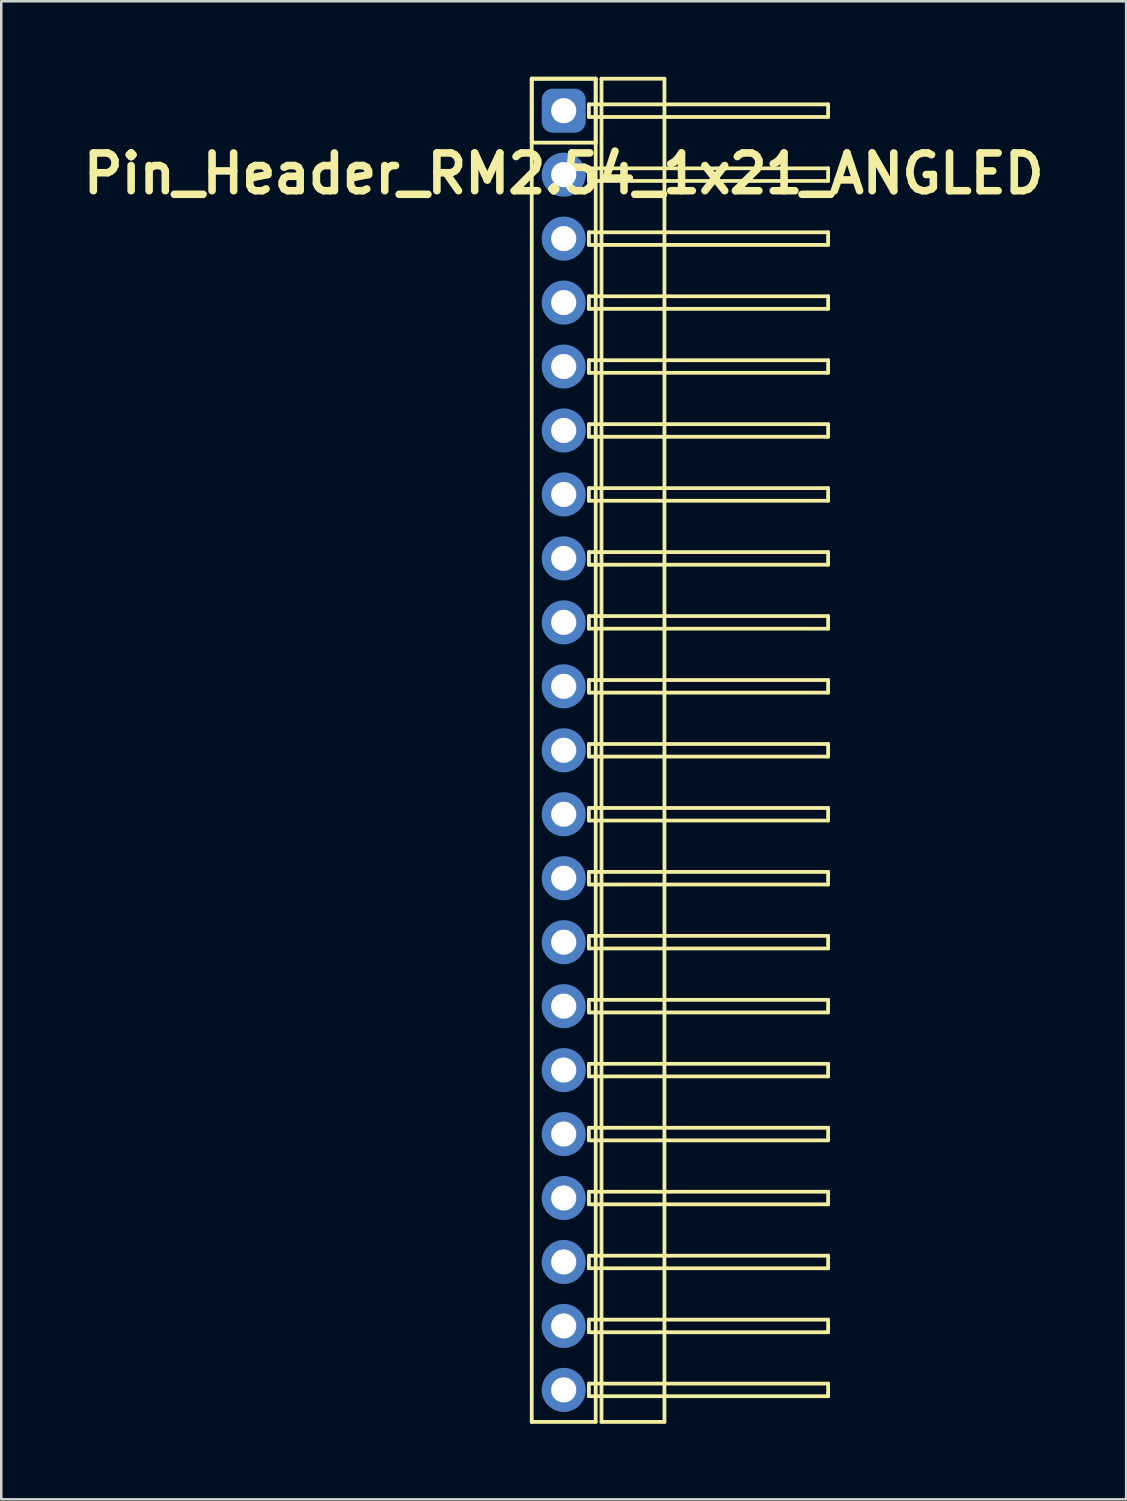
<source format=kicad_pcb>
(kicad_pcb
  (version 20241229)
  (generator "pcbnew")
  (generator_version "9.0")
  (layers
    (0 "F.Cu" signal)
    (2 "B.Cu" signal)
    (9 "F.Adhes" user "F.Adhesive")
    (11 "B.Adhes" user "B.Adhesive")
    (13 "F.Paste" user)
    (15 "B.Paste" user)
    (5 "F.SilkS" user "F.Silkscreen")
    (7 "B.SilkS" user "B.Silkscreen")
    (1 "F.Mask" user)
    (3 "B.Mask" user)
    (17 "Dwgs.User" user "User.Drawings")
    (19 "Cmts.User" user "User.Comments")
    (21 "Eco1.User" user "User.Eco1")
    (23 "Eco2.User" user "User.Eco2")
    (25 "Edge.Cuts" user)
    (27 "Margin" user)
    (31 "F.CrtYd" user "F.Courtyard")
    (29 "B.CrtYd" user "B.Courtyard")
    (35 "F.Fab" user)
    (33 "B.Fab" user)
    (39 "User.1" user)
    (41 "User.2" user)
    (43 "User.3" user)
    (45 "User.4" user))
  (footprint "Pin_Header_RM2.54_1x21_ANGLED"
    (layer "F.Cu")
    (at 19.336 1.345)
    (property "Reference" "Pin_Header_RM2.54_1x21_ANGLED" (at 0 2.5 0) (layer "F.SilkS") (effects (font (size 1.5 1.5) (thickness 0.3))))
    (attr through_hole)
    (fp_line (start -1.27 -1.27) (end 1.27 -1.27) (stroke (width 0.15) (type solid)) (layer "F.SilkS"))
    (fp_line (start -1.27 -1.27) (end 1.27 -1.27) (stroke (width 0.15) (type solid)) (layer "F.SilkS"))
    (fp_line (start -1.27 1.27) (end -1.27 -1.27) (stroke (width 0.15) (type solid)) (layer "F.SilkS"))
    (fp_line (start -1.27 52.07) (end -1.27 -1.27) (stroke (width 0.15) (type solid)) (layer "F.SilkS"))
    (fp_line (start 1 -0.25) (end 10.5 -0.25) (stroke (width 0.15) (type solid)) (layer "F.SilkS"))
    (fp_line (start 1 0.25) (end 1 -0.25) (stroke (width 0.15) (type solid)) (layer "F.SilkS"))
    (fp_line (start 1 2.29) (end 10.5 2.29) (stroke (width 0.15) (type solid)) (layer "F.SilkS"))
    (fp_line (start 1 2.79) (end 1 2.29) (stroke (width 0.15) (type solid)) (layer "F.SilkS"))
    (fp_line (start 1 4.83) (end 10.5 4.83) (stroke (width 0.15) (type solid)) (layer "F.SilkS"))
    (fp_line (start 1 5.33) (end 1 4.83) (stroke (width 0.15) (type solid)) (layer "F.SilkS"))
    (fp_line (start 1 7.37) (end 10.5 7.37) (stroke (width 0.15) (type solid)) (layer "F.SilkS"))
    (fp_line (start 1 7.87) (end 1 7.37) (stroke (width 0.15) (type solid)) (layer "F.SilkS"))
    (fp_line (start 1 9.91) (end 10.5 9.91) (stroke (width 0.15) (type solid)) (layer "F.SilkS"))
    (fp_line (start 1 10.41) (end 1 9.91) (stroke (width 0.15) (type solid)) (layer "F.SilkS"))
    (fp_line (start 1 12.45) (end 10.5 12.45) (stroke (width 0.15) (type solid)) (layer "F.SilkS"))
    (fp_line (start 1 12.95) (end 1 12.45) (stroke (width 0.15) (type solid)) (layer "F.SilkS"))
    (fp_line (start 1 14.99) (end 10.5 14.99) (stroke (width 0.15) (type solid)) (layer "F.SilkS"))
    (fp_line (start 1 15.49) (end 1 14.99) (stroke (width 0.15) (type solid)) (layer "F.SilkS"))
    (fp_line (start 1 17.53) (end 10.5 17.53) (stroke (width 0.15) (type solid)) (layer "F.SilkS"))
    (fp_line (start 1 18.03) (end 1 17.53) (stroke (width 0.15) (type solid)) (layer "F.SilkS"))
    (fp_line (start 1 20.07) (end 10.5 20.07) (stroke (width 0.15) (type solid)) (layer "F.SilkS"))
    (fp_line (start 1 20.57) (end 1 20.07) (stroke (width 0.15) (type solid)) (layer "F.SilkS"))
    (fp_line (start 1 22.61) (end 10.5 22.61) (stroke (width 0.15) (type solid)) (layer "F.SilkS"))
    (fp_line (start 1 23.11) (end 1 22.61) (stroke (width 0.15) (type solid)) (layer "F.SilkS"))
    (fp_line (start 1 25.15) (end 10.5 25.15) (stroke (width 0.15) (type solid)) (layer "F.SilkS"))
    (fp_line (start 1 25.65) (end 1 25.15) (stroke (width 0.15) (type solid)) (layer "F.SilkS"))
    (fp_line (start 1 27.69) (end 10.5 27.69) (stroke (width 0.15) (type solid)) (layer "F.SilkS"))
    (fp_line (start 1 28.19) (end 1 27.69) (stroke (width 0.15) (type solid)) (layer "F.SilkS"))
    (fp_line (start 1 30.23) (end 10.5 30.23) (stroke (width 0.15) (type solid)) (layer "F.SilkS"))
    (fp_line (start 1 30.73) (end 1 30.23) (stroke (width 0.15) (type solid)) (layer "F.SilkS"))
    (fp_line (start 1 32.77) (end 10.5 32.77) (stroke (width 0.15) (type solid)) (layer "F.SilkS"))
    (fp_line (start 1 33.27) (end 1 32.77) (stroke (width 0.15) (type solid)) (layer "F.SilkS"))
    (fp_line (start 1 35.31) (end 10.5 35.31) (stroke (width 0.15) (type solid)) (layer "F.SilkS"))
    (fp_line (start 1 35.81) (end 1 35.31) (stroke (width 0.15) (type solid)) (layer "F.SilkS"))
    (fp_line (start 1 37.85) (end 10.5 37.85) (stroke (width 0.15) (type solid)) (layer "F.SilkS"))
    (fp_line (start 1 38.35) (end 1 37.85) (stroke (width 0.15) (type solid)) (layer "F.SilkS"))
    (fp_line (start 1 40.39) (end 10.5 40.39) (stroke (width 0.15) (type solid)) (layer "F.SilkS"))
    (fp_line (start 1 40.89) (end 1 40.39) (stroke (width 0.15) (type solid)) (layer "F.SilkS"))
    (fp_line (start 1 42.93) (end 10.5 42.93) (stroke (width 0.15) (type solid)) (layer "F.SilkS"))
    (fp_line (start 1 43.43) (end 1 42.93) (stroke (width 0.15) (type solid)) (layer "F.SilkS"))
    (fp_line (start 1 45.47) (end 10.5 45.47) (stroke (width 0.15) (type solid)) (layer "F.SilkS"))
    (fp_line (start 1 45.97) (end 1 45.47) (stroke (width 0.15) (type solid)) (layer "F.SilkS"))
    (fp_line (start 1 48.01) (end 10.5 48.01) (stroke (width 0.15) (type solid)) (layer "F.SilkS"))
    (fp_line (start 1 48.51) (end 1 48.01) (stroke (width 0.15) (type solid)) (layer "F.SilkS"))
    (fp_line (start 1 50.55) (end 10.5 50.55) (stroke (width 0.15) (type solid)) (layer "F.SilkS"))
    (fp_line (start 1 51.05) (end 1 50.55) (stroke (width 0.15) (type solid)) (layer "F.SilkS"))
    (fp_line (start 1.27 -1.27) (end 1.27 1.27) (stroke (width 0.15) (type solid)) (layer "F.SilkS"))
    (fp_line (start 1.27 -1.27) (end 1.27 52.07) (stroke (width 0.15) (type solid)) (layer "F.SilkS"))
    (fp_line (start 1.27 1.27) (end -1.27 1.27) (stroke (width 0.15) (type solid)) (layer "F.SilkS"))
    (fp_line (start 1.27 52.07) (end -1.27 52.07) (stroke (width 0.15) (type solid)) (layer "F.SilkS"))
    (fp_line (start 1.5 -1.27) (end 4 -1.27) (stroke (width 0.15) (type solid)) (layer "F.SilkS"))
    (fp_line (start 1.5 52.07) (end 1.5 -1.27) (stroke (width 0.15) (type solid)) (layer "F.SilkS"))
    (fp_line (start 4 -1.27) (end 4 52.07) (stroke (width 0.15) (type solid)) (layer "F.SilkS"))
    (fp_line (start 4 52.07) (end 1.5 52.07) (stroke (width 0.15) (type solid)) (layer "F.SilkS"))
    (fp_line (start 10.5 -0.25) (end 10.5 0.25) (stroke (width 0.15) (type solid)) (layer "F.SilkS"))
    (fp_line (start 10.5 0.25) (end 1 0.25) (stroke (width 0.15) (type solid)) (layer "F.SilkS"))
    (fp_line (start 10.5 2.29) (end 10.5 2.79) (stroke (width 0.15) (type solid)) (layer "F.SilkS"))
    (fp_line (start 10.5 2.79) (end 1 2.79) (stroke (width 0.15) (type solid)) (layer "F.SilkS"))
    (fp_line (start 10.5 4.83) (end 10.5 5.33) (stroke (width 0.15) (type solid)) (layer "F.SilkS"))
    (fp_line (start 10.5 5.33) (end 1 5.33) (stroke (width 0.15) (type solid)) (layer "F.SilkS"))
    (fp_line (start 10.5 7.37) (end 10.5 7.87) (stroke (width 0.15) (type solid)) (layer "F.SilkS"))
    (fp_line (start 10.5 7.87) (end 1 7.87) (stroke (width 0.15) (type solid)) (layer "F.SilkS"))
    (fp_line (start 10.5 9.91) (end 10.5 10.41) (stroke (width 0.15) (type solid)) (layer "F.SilkS"))
    (fp_line (start 10.5 10.41) (end 1 10.41) (stroke (width 0.15) (type solid)) (layer "F.SilkS"))
    (fp_line (start 10.5 12.45) (end 10.5 12.95) (stroke (width 0.15) (type solid)) (layer "F.SilkS"))
    (fp_line (start 10.5 12.95) (end 1 12.95) (stroke (width 0.15) (type solid)) (layer "F.SilkS"))
    (fp_line (start 10.5 14.99) (end 10.5 15.49) (stroke (width 0.15) (type solid)) (layer "F.SilkS"))
    (fp_line (start 10.5 15.49) (end 1 15.49) (stroke (width 0.15) (type solid)) (layer "F.SilkS"))
    (fp_line (start 10.5 17.53) (end 10.5 18.03) (stroke (width 0.15) (type solid)) (layer "F.SilkS"))
    (fp_line (start 10.5 18.03) (end 1 18.03) (stroke (width 0.15) (type solid)) (layer "F.SilkS"))
    (fp_line (start 10.5 20.07) (end 10.5 20.57) (stroke (width 0.15) (type solid)) (layer "F.SilkS"))
    (fp_line (start 10.5 20.57) (end 1 20.57) (stroke (width 0.15) (type solid)) (layer "F.SilkS"))
    (fp_line (start 10.5 22.61) (end 10.5 23.11) (stroke (width 0.15) (type solid)) (layer "F.SilkS"))
    (fp_line (start 10.5 23.11) (end 1 23.11) (stroke (width 0.15) (type solid)) (layer "F.SilkS"))
    (fp_line (start 10.5 25.15) (end 10.5 25.65) (stroke (width 0.15) (type solid)) (layer "F.SilkS"))
    (fp_line (start 10.5 25.65) (end 1 25.65) (stroke (width 0.15) (type solid)) (layer "F.SilkS"))
    (fp_line (start 10.5 27.69) (end 10.5 28.19) (stroke (width 0.15) (type solid)) (layer "F.SilkS"))
    (fp_line (start 10.5 28.19) (end 1 28.19) (stroke (width 0.15) (type solid)) (layer "F.SilkS"))
    (fp_line (start 10.5 30.23) (end 10.5 30.73) (stroke (width 0.15) (type solid)) (layer "F.SilkS"))
    (fp_line (start 10.5 30.73) (end 1 30.73) (stroke (width 0.15) (type solid)) (layer "F.SilkS"))
    (fp_line (start 10.5 32.77) (end 10.5 33.27) (stroke (width 0.15) (type solid)) (layer "F.SilkS"))
    (fp_line (start 10.5 33.27) (end 1 33.27) (stroke (width 0.15) (type solid)) (layer "F.SilkS"))
    (fp_line (start 10.5 35.31) (end 10.5 35.81) (stroke (width 0.15) (type solid)) (layer "F.SilkS"))
    (fp_line (start 10.5 35.81) (end 1 35.81) (stroke (width 0.15) (type solid)) (layer "F.SilkS"))
    (fp_line (start 10.5 37.85) (end 10.5 38.35) (stroke (width 0.15) (type solid)) (layer "F.SilkS"))
    (fp_line (start 10.5 38.35) (end 1 38.35) (stroke (width 0.15) (type solid)) (layer "F.SilkS"))
    (fp_line (start 10.5 40.39) (end 10.5 40.89) (stroke (width 0.15) (type solid)) (layer "F.SilkS"))
    (fp_line (start 10.5 40.89) (end 1 40.89) (stroke (width 0.15) (type solid)) (layer "F.SilkS"))
    (fp_line (start 10.5 42.93) (end 10.5 43.43) (stroke (width 0.15) (type solid)) (layer "F.SilkS"))
    (fp_line (start 10.5 43.43) (end 1 43.43) (stroke (width 0.15) (type solid)) (layer "F.SilkS"))
    (fp_line (start 10.5 45.47) (end 10.5 45.97) (stroke (width 0.15) (type solid)) (layer "F.SilkS"))
    (fp_line (start 10.5 45.97) (end 1 45.97) (stroke (width 0.15) (type solid)) (layer "F.SilkS"))
    (fp_line (start 10.5 48.01) (end 10.5 48.51) (stroke (width 0.15) (type solid)) (layer "F.SilkS"))
    (fp_line (start 10.5 48.51) (end 1 48.51) (stroke (width 0.15) (type solid)) (layer "F.SilkS"))
    (fp_line (start 10.5 50.55) (end 10.5 51.05) (stroke (width 0.15) (type solid)) (layer "F.SilkS"))
    (fp_line (start 10.5 51.05) (end 1 51.05) (stroke (width 0.15) (type solid)) (layer "F.SilkS"))
    (pad "1" thru_hole circle (at 0 0) (size 1.3 1.3) (drill 1) (layers "*.Cu" "*.Mask"))
    (pad "1" smd roundrect (at 0 0) (size 1.5 1.5) (layers "F.Cu" "F.Mask") (roundrect_rratio 0.25))
    (pad "1" smd roundrect (at 0 0) (size 1.75 1.75) (layers "B.Cu" "B.Mask") (roundrect_rratio 0.25))
    (pad "2" thru_hole circle (at 0 2.54) (size 1.3 1.3) (drill 1) (layers "*.Cu" "*.Mask"))
    (pad "2" smd circle (at 0 2.54) (size 1.5 1.5) (layers "F.Cu" "F.Mask"))
    (pad "2" smd circle (at 0 2.54) (size 1.75 1.75) (layers "B.Cu" "B.Mask"))
    (pad "3" thru_hole circle (at 0 5.08) (size 1.3 1.3) (drill 1) (layers "*.Cu" "*.Mask"))
    (pad "3" smd circle (at 0 5.08) (size 1.5 1.5) (layers "F.Cu" "F.Mask"))
    (pad "3" smd circle (at 0 5.08) (size 1.75 1.75) (layers "B.Cu" "B.Mask"))
    (pad "4" thru_hole circle (at 0 7.62) (size 1.3 1.3) (drill 1) (layers "*.Cu" "*.Mask"))
    (pad "4" smd circle (at 0 7.62) (size 1.5 1.5) (layers "F.Cu" "F.Mask"))
    (pad "4" smd circle (at 0 7.62) (size 1.75 1.75) (layers "B.Cu" "B.Mask"))
    (pad "5" thru_hole circle (at 0 10.16) (size 1.3 1.3) (drill 1) (layers "*.Cu" "*.Mask"))
    (pad "5" smd circle (at 0 10.16) (size 1.5 1.5) (layers "F.Cu" "F.Mask"))
    (pad "5" smd circle (at 0 10.16) (size 1.75 1.75) (layers "B.Cu" "B.Mask"))
    (pad "6" thru_hole circle (at 0 12.7) (size 1.3 1.3) (drill 1) (layers "*.Cu" "*.Mask"))
    (pad "6" smd circle (at 0 12.7) (size 1.5 1.5) (layers "F.Cu" "F.Mask"))
    (pad "6" smd circle (at 0 12.7) (size 1.75 1.75) (layers "B.Cu" "B.Mask"))
    (pad "7" thru_hole circle (at 0 15.24) (size 1.3 1.3) (drill 1) (layers "*.Cu" "*.Mask"))
    (pad "7" smd circle (at 0 15.24) (size 1.5 1.5) (layers "F.Cu" "F.Mask"))
    (pad "7" smd circle (at 0 15.24) (size 1.75 1.75) (layers "B.Cu" "B.Mask"))
    (pad "8" thru_hole circle (at 0 17.78) (size 1.3 1.3) (drill 1) (layers "*.Cu" "*.Mask"))
    (pad "8" smd circle (at 0 17.78) (size 1.5 1.5) (layers "F.Cu" "F.Mask"))
    (pad "8" smd circle (at 0 17.78) (size 1.75 1.75) (layers "B.Cu" "B.Mask"))
    (pad "9" thru_hole circle (at 0 20.32) (size 1.3 1.3) (drill 1) (layers "*.Cu" "*.Mask"))
    (pad "9" smd circle (at 0 20.32) (size 1.5 1.5) (layers "F.Cu" "F.Mask"))
    (pad "9" smd circle (at 0 20.32) (size 1.75 1.75) (layers "B.Cu" "B.Mask"))
    (pad "10" thru_hole circle (at 0 22.86) (size 1.3 1.3) (drill 1) (layers "*.Cu" "*.Mask"))
    (pad "10" smd circle (at 0 22.86) (size 1.5 1.5) (layers "F.Cu" "F.Mask"))
    (pad "10" smd circle (at 0 22.86) (size 1.75 1.75) (layers "B.Cu" "B.Mask"))
    (pad "11" thru_hole circle (at 0 25.4) (size 1.3 1.3) (drill 1) (layers "*.Cu" "*.Mask"))
    (pad "11" smd circle (at 0 25.4) (size 1.5 1.5) (layers "F.Cu" "F.Mask"))
    (pad "11" smd circle (at 0 25.4) (size 1.75 1.75) (layers "B.Cu" "B.Mask"))
    (pad "12" thru_hole circle (at 0 27.94) (size 1.3 1.3) (drill 1) (layers "*.Cu" "*.Mask"))
    (pad "12" smd circle (at 0 27.94) (size 1.5 1.5) (layers "F.Cu" "F.Mask"))
    (pad "12" smd circle (at 0 27.94) (size 1.75 1.75) (layers "B.Cu" "B.Mask"))
    (pad "13" thru_hole circle (at 0 30.48) (size 1.3 1.3) (drill 1) (layers "*.Cu" "*.Mask"))
    (pad "13" smd circle (at 0 30.48) (size 1.5 1.5) (layers "F.Cu" "F.Mask"))
    (pad "13" smd circle (at 0 30.48) (size 1.75 1.75) (layers "B.Cu" "B.Mask"))
    (pad "14" thru_hole circle (at 0 33.02) (size 1.3 1.3) (drill 1) (layers "*.Cu" "*.Mask"))
    (pad "14" smd circle (at 0 33.02) (size 1.5 1.5) (layers "F.Cu" "F.Mask"))
    (pad "14" smd circle (at 0 33.02) (size 1.75 1.75) (layers "B.Cu" "B.Mask"))
    (pad "15" thru_hole circle (at 0 35.56) (size 1.3 1.3) (drill 1) (layers "*.Cu" "*.Mask"))
    (pad "15" smd circle (at 0 35.56) (size 1.5 1.5) (layers "F.Cu" "F.Mask"))
    (pad "15" smd circle (at 0 35.56) (size 1.75 1.75) (layers "B.Cu" "B.Mask"))
    (pad "16" thru_hole circle (at 0 38.1) (size 1.3 1.3) (drill 1) (layers "*.Cu" "*.Mask"))
    (pad "16" smd circle (at 0 38.1) (size 1.5 1.5) (layers "F.Cu" "F.Mask"))
    (pad "16" smd circle (at 0 38.1) (size 1.75 1.75) (layers "B.Cu" "B.Mask"))
    (pad "17" thru_hole circle (at 0 40.64) (size 1.3 1.3) (drill 1) (layers "*.Cu" "*.Mask"))
    (pad "17" smd circle (at 0 40.64) (size 1.5 1.5) (layers "F.Cu" "F.Mask"))
    (pad "17" smd circle (at 0 40.64) (size 1.75 1.75) (layers "B.Cu" "B.Mask"))
    (pad "18" thru_hole circle (at 0 43.18) (size 1.3 1.3) (drill 1) (layers "*.Cu" "*.Mask"))
    (pad "18" smd circle (at 0 43.18) (size 1.5 1.5) (layers "F.Cu" "F.Mask"))
    (pad "18" smd circle (at 0 43.18) (size 1.75 1.75) (layers "B.Cu" "B.Mask"))
    (pad "19" thru_hole circle (at 0 45.72) (size 1.3 1.3) (drill 1) (layers "*.Cu" "*.Mask"))
    (pad "19" smd circle (at 0 45.72) (size 1.5 1.5) (layers "F.Cu" "F.Mask"))
    (pad "19" smd circle (at 0 45.72) (size 1.75 1.75) (layers "B.Cu" "B.Mask"))
    (pad "20" thru_hole circle (at 0 48.26) (size 1.3 1.3) (drill 1) (layers "*.Cu" "*.Mask"))
    (pad "20" smd circle (at 0 48.26) (size 1.5 1.5) (layers "F.Cu" "F.Mask"))
    (pad "20" smd circle (at 0 48.26) (size 1.75 1.75) (layers "B.Cu" "B.Mask"))
    (pad "21" thru_hole circle (at 0 50.8) (size 1.3 1.3) (drill 1) (layers "*.Cu" "*.Mask"))
    (pad "21" smd circle (at 0 50.8) (size 1.5 1.5) (layers "F.Cu" "F.Mask"))
    (pad "21" smd circle (at 0 50.8) (size 1.75 1.75) (layers "B.Cu" "B.Mask")))
  (gr_rect
    (start -3 -3)
    (end 41.671 56.49)
    (stroke (width 0.1) (type default))
    (fill no)
    (layer "Edge.Cuts")))
</source>
